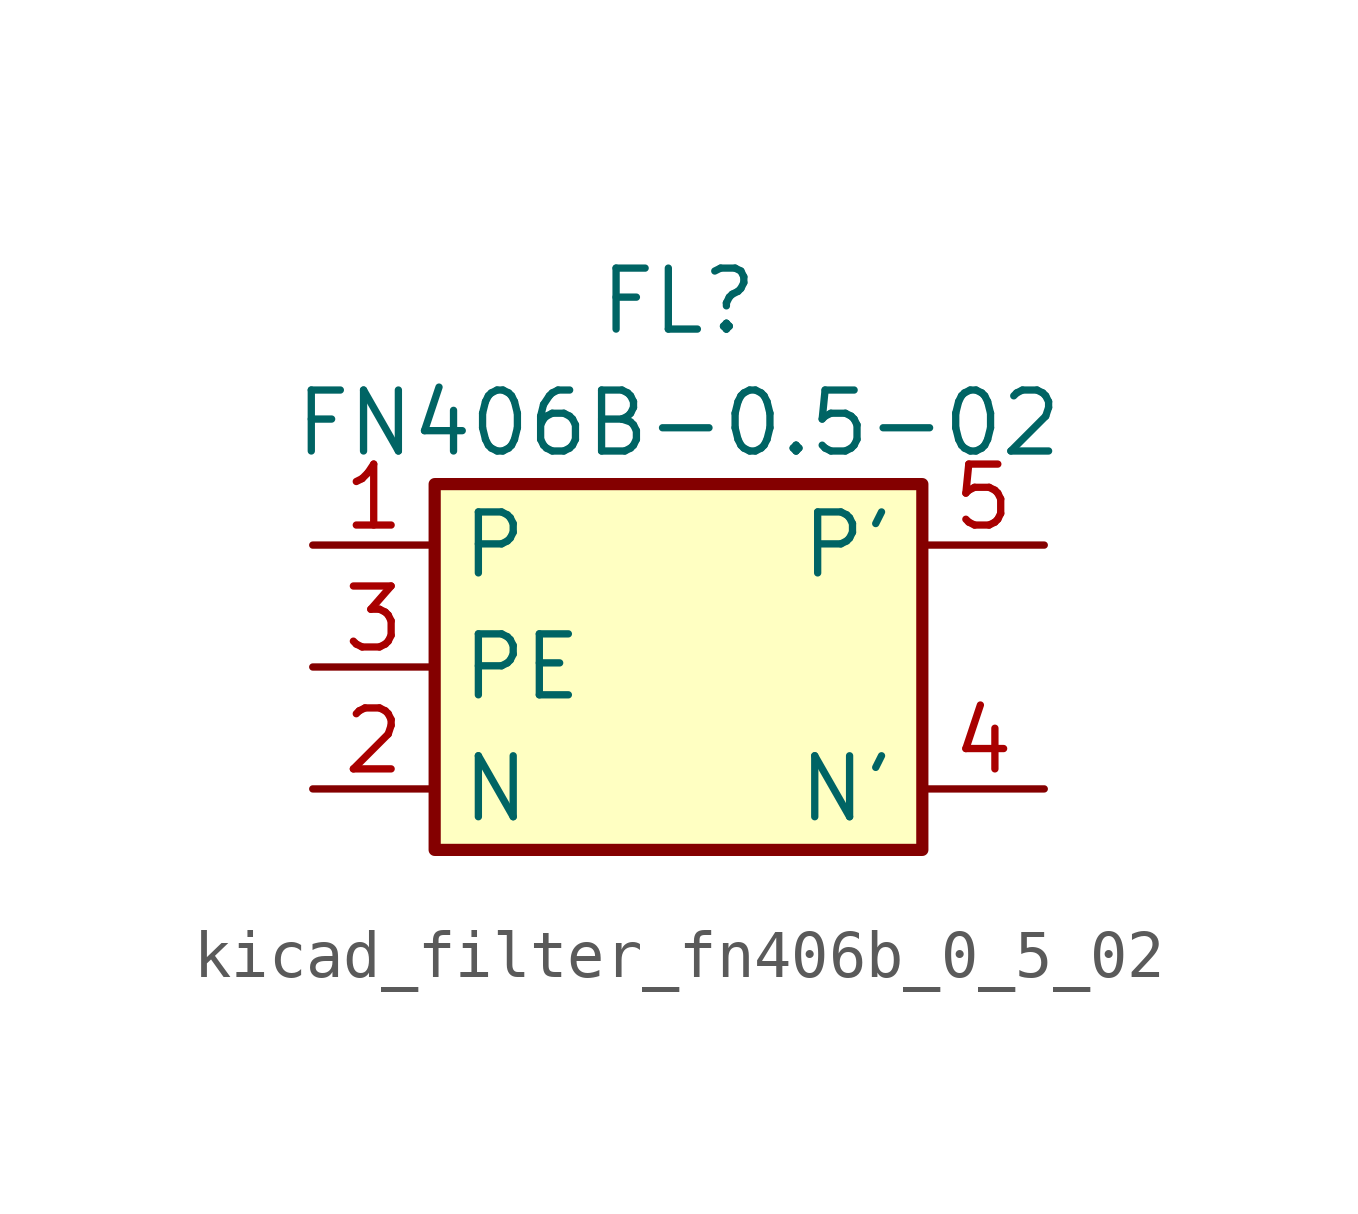
<source format=kicad_sym>
(kicad_symbol_lib
  (version 20220914)
  (generator kicad_symbol_editor)
  (symbol "kicad_filter_fn406b_0_5_02"
    (property "Reference" "FL"
      (at 0 7.62 0)
      (effects (font (size 1.27 1.27))))
    (property "Value" "FN406B-0.5-02"
      (at 0 5.08 0)
      (effects (font (size 1.27 1.27))))
    (symbol "kicad_filter_fn406b_0_5_02_0_1"
      (rectangle (start -5.08 3.81) (end 5.08 -3.81) (stroke (width 0.254) (type default)) (fill (type background))))
    (symbol "kicad_filter_fn406b_0_5_02_1_1"
      (pin passive line (at -7.62 2.54 0) (length 2.54) (name "P" (effects (font (size 1.27 1.27)))) (number "1" (effects (font (size 1.27 1.27)))))
      (pin passive line (at -7.62 -2.54 0) (length 2.54) (name "N" (effects (font (size 1.27 1.27)))) (number "2" (effects (font (size 1.27 1.27)))))
      (pin passive line (at -7.62 0 0) (length 2.54) (name "PE" (effects (font (size 1.27 1.27)))) (number "3" (effects (font (size 1.27 1.27)))))
      (pin passive line (at 7.62 -2.54 180) (length 2.54) (name "N'" (effects (font (size 1.27 1.27)))) (number "4" (effects (font (size 1.27 1.27)))))
      (pin passive line (at 7.62 2.54 180) (length 2.54) (name "P'" (effects (font (size 1.27 1.27)))) (number "5" (effects (font (size 1.27 1.27))))))))
</source>
